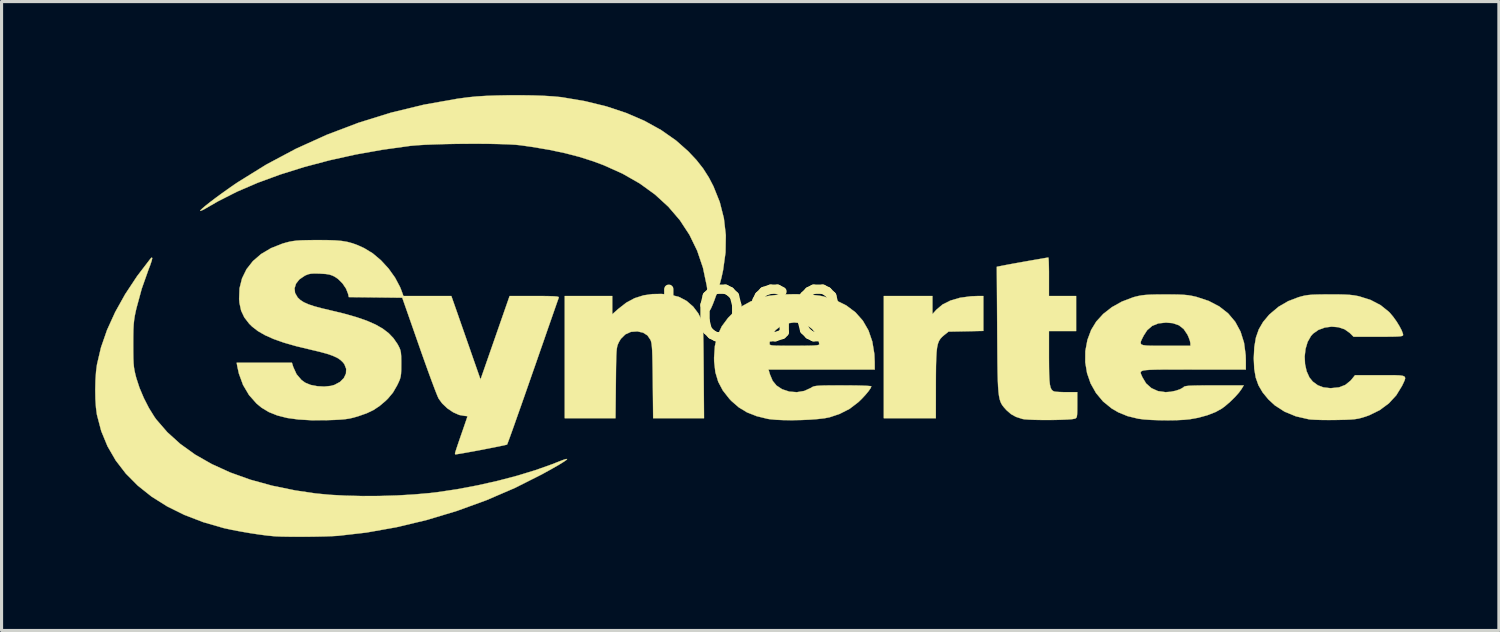
<source format=kicad_pcb>
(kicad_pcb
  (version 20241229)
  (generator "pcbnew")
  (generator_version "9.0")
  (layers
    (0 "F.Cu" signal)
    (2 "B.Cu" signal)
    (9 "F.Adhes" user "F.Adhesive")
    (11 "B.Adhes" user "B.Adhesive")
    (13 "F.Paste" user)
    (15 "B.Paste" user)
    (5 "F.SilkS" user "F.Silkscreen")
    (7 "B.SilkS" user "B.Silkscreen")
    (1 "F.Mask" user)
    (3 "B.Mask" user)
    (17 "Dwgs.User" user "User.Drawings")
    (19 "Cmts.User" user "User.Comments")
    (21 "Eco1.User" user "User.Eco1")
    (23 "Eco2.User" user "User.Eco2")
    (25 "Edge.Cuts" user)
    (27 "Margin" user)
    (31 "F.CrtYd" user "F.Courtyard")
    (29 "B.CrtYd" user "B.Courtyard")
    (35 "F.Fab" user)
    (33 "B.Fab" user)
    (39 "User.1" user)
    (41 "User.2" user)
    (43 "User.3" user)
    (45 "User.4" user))
  (footprint "LOGO"
    (layer "F.Cu")
    (at 21.013 7.06)
    (property "Reference" "LOGO" (at 0 0 0) (layer "F.SilkS") (effects (font (size 1.524 1.524) (thickness 0.3))))
    (attr through_hole)
    (fp_poly (pts (xy 5.842 -0.036) (xy 5.973 -0.181) (xy 6.168 -0.345) (xy 6.42 -0.471) (xy 6.726 -0.56) (xy 7.079 -0.608) (xy 7.321 -0.617) (xy 7.475 -0.617) (xy 7.475 0.503) (xy 6.916 0.515) (xy 6.356 0.526) (xy 6.217 0.638) (xy 6.149 0.697) (xy 6.094 0.758) (xy 6.05 0.83) (xy 6.016 0.92) (xy 5.991 1.037) (xy 5.974 1.188) (xy 5.963 1.381) (xy 5.956 1.625) (xy 5.953 1.928) (xy 5.952 2.204) (xy 5.951 3.302) (xy 4.282 3.302) (xy 4.282 -0.617) (xy 5.842 -0.617) (xy 5.842 -0.036)) (stroke (width 0.01) (type solid)) (fill yes) (layer "F.SilkS"))
    (fp_poly (pts (xy -2.561 -0.654) (xy -2.309 -0.594) (xy -2.269 -0.579) (xy -2.038 -0.455) (xy -1.832 -0.276) (xy -1.667 -0.058) (xy -1.593 0.092) (xy -1.572 0.147) (xy -1.554 0.199) (xy -1.54 0.257) (xy -1.528 0.327) (xy -1.52 0.417) (xy -1.513 0.535) (xy -1.508 0.688) (xy -1.504 0.883) (xy -1.501 1.128) (xy -1.498 1.431) (xy -1.495 1.799) (xy -1.495 1.805) (xy -1.484 3.302) (xy -3.115 3.302) (xy -3.127 2.114) (xy -3.131 1.779) (xy -3.136 1.509) (xy -3.141 1.295) (xy -3.147 1.13) (xy -3.156 1.006) (xy -3.166 0.915) (xy -3.18 0.849) (xy -3.196 0.8) (xy -3.2 0.792) (xy -3.297 0.648) (xy -3.437 0.559) (xy -3.622 0.518) (xy -3.828 0.533) (xy -4.007 0.614) (xy -4.15 0.755) (xy -4.209 0.853) (xy -4.234 0.905) (xy -4.255 0.955) (xy -4.27 1.011) (xy -4.282 1.082) (xy -4.291 1.176) (xy -4.298 1.304) (xy -4.302 1.472) (xy -4.306 1.69) (xy -4.309 1.967) (xy -4.311 2.168) (xy -4.323 3.302) (xy -5.951 3.302) (xy -5.951 -0.617) (xy -4.427 -0.617) (xy -4.427 -0.03) (xy -4.237 -0.2) (xy -3.977 -0.403) (xy -3.712 -0.546) (xy -3.422 -0.638) (xy -3.415 -0.639) (xy -3.141 -0.678) (xy -2.847 -0.683) (xy -2.561 -0.654)) (stroke (width 0.01) (type solid)) (fill yes) (layer "F.SilkS"))
    (fp_poly (pts (xy 9.566 -1.816) (xy 9.572 -1.721) (xy 9.576 -1.577) (xy 9.579 -1.396) (xy 9.579 -1.234) (xy 9.579 -0.617) (xy 10.45 -0.617) (xy 10.45 0.508) (xy 9.579 0.508) (xy 9.579 1.363) (xy 9.581 1.666) (xy 9.585 1.905) (xy 9.594 2.088) (xy 9.609 2.223) (xy 9.63 2.318) (xy 9.66 2.381) (xy 9.7 2.422) (xy 9.744 2.445) (xy 9.805 2.455) (xy 9.919 2.462) (xy 10.066 2.467) (xy 10.145 2.467) (xy 10.487 2.467) (xy 10.487 2.88) (xy 10.486 3.059) (xy 10.482 3.178) (xy 10.473 3.251) (xy 10.455 3.291) (xy 10.428 3.31) (xy 10.405 3.318) (xy 10.32 3.333) (xy 10.177 3.344) (xy 9.991 3.352) (xy 9.776 3.358) (xy 9.548 3.36) (xy 9.321 3.359) (xy 9.109 3.355) (xy 8.928 3.347) (xy 8.792 3.337) (xy 8.727 3.326) (xy 8.52 3.259) (xy 8.36 3.17) (xy 8.218 3.046) (xy 8.191 3.016) (xy 8.138 2.957) (xy 8.093 2.901) (xy 8.055 2.842) (xy 8.024 2.774) (xy 7.998 2.692) (xy 7.977 2.588) (xy 7.961 2.458) (xy 7.948 2.294) (xy 7.939 2.093) (xy 7.932 1.846) (xy 7.927 1.549) (xy 7.924 1.195) (xy 7.921 0.778) (xy 7.919 0.466) (xy 7.906 -1.554) (xy 8.099 -1.592) (xy 8.197 -1.611) (xy 8.341 -1.638) (xy 8.518 -1.67) (xy 8.714 -1.705) (xy 8.916 -1.741) (xy 9.111 -1.775) (xy 9.286 -1.805) (xy 9.428 -1.83) (xy 9.524 -1.846) (xy 9.559 -1.851) (xy 9.566 -1.816)) (stroke (width 0.01) (type solid)) (fill yes) (layer "F.SilkS"))
    (fp_poly (pts (xy -6.98 -7.05) (xy -6.632 -7.038) (xy -6.323 -7.019) (xy -6.069 -6.995) (xy -6.042 -6.991) (xy -5.308 -6.867) (xy -4.619 -6.699) (xy -3.98 -6.487) (xy -3.391 -6.233) (xy -2.857 -5.937) (xy -2.379 -5.602) (xy -1.994 -5.261) (xy -1.729 -4.98) (xy -1.513 -4.706) (xy -1.328 -4.416) (xy -1.182 -4.135) (xy -0.979 -3.629) (xy -0.847 -3.108) (xy -0.785 -2.57) (xy -0.794 -2.015) (xy -0.873 -1.443) (xy -0.924 -1.209) (xy -0.97 -1.036) (xy -1.026 -0.848) (xy -1.088 -0.66) (xy -1.151 -0.484) (xy -1.21 -0.332) (xy -1.261 -0.218) (xy -1.298 -0.154) (xy -1.311 -0.145) (xy -1.327 -0.178) (xy -1.339 -0.264) (xy -1.343 -0.372) (xy -1.349 -0.514) (xy -1.364 -0.696) (xy -1.387 -0.884) (xy -1.395 -0.943) (xy -1.518 -1.525) (xy -1.703 -2.07) (xy -1.95 -2.578) (xy -2.258 -3.048) (xy -2.628 -3.48) (xy -3.058 -3.873) (xy -3.547 -4.227) (xy -4.097 -4.541) (xy -4.705 -4.814) (xy -5.044 -4.94) (xy -5.477 -5.078) (xy -5.938 -5.198) (xy -6.44 -5.304) (xy -6.993 -5.398) (xy -7.366 -5.451) (xy -7.537 -5.468) (xy -7.769 -5.481) (xy -8.051 -5.49) (xy -8.37 -5.497) (xy -8.716 -5.5) (xy -9.076 -5.499) (xy -9.439 -5.496) (xy -9.793 -5.489) (xy -10.128 -5.479) (xy -10.431 -5.467) (xy -10.69 -5.451) (xy -10.895 -5.433) (xy -10.904 -5.432) (xy -11.79 -5.309) (xy -12.656 -5.155) (xy -13.496 -4.969) (xy -14.304 -4.755) (xy -15.071 -4.515) (xy -15.792 -4.251) (xy -16.46 -3.964) (xy -17.068 -3.656) (xy -17.375 -3.479) (xy -17.491 -3.412) (xy -17.585 -3.364) (xy -17.637 -3.346) (xy -17.641 -3.346) (xy -17.629 -3.372) (xy -17.566 -3.432) (xy -17.46 -3.521) (xy -17.318 -3.633) (xy -17.149 -3.761) (xy -16.961 -3.899) (xy -16.762 -4.041) (xy -16.561 -4.182) (xy -16.43 -4.27) (xy -15.523 -4.832) (xy -14.573 -5.338) (xy -13.587 -5.785) (xy -12.57 -6.171) (xy -11.528 -6.495) (xy -10.465 -6.753) (xy -9.389 -6.944) (xy -9.035 -6.991) (xy -8.774 -7.017) (xy -8.46 -7.036) (xy -8.108 -7.048) (xy -7.734 -7.055) (xy -7.353 -7.055) (xy -6.98 -7.05)) (stroke (width 0.01) (type solid)) (fill yes) (layer "F.SilkS"))
    (fp_poly (pts (xy 18.833 -0.668) (xy 19.047 -0.663) (xy 19.218 -0.654) (xy 19.36 -0.638) (xy 19.487 -0.615) (xy 19.531 -0.605) (xy 19.897 -0.489) (xy 20.215 -0.323) (xy 20.48 -0.11) (xy 20.51 -0.08) (xy 20.617 0.047) (xy 20.724 0.195) (xy 20.818 0.348) (xy 20.891 0.487) (xy 20.932 0.597) (xy 20.937 0.634) (xy 20.929 0.652) (xy 20.899 0.666) (xy 20.839 0.676) (xy 20.74 0.683) (xy 20.594 0.687) (xy 20.392 0.689) (xy 20.142 0.689) (xy 19.348 0.689) (xy 19.224 0.566) (xy 19.06 0.45) (xy 18.861 0.384) (xy 18.643 0.366) (xy 18.425 0.395) (xy 18.221 0.47) (xy 18.05 0.59) (xy 17.982 0.666) (xy 17.874 0.857) (xy 17.807 1.083) (xy 17.78 1.325) (xy 17.792 1.569) (xy 17.843 1.798) (xy 17.932 1.995) (xy 18.04 2.128) (xy 18.201 2.246) (xy 18.377 2.313) (xy 18.591 2.338) (xy 18.633 2.338) (xy 18.88 2.313) (xy 19.083 2.235) (xy 19.25 2.1) (xy 19.293 2.05) (xy 19.395 1.923) (xy 20.202 1.923) (xy 20.476 1.923) (xy 20.684 1.924) (xy 20.834 1.93) (xy 20.933 1.945) (xy 20.987 1.972) (xy 21.004 2.015) (xy 20.99 2.076) (xy 20.953 2.16) (xy 20.901 2.268) (xy 20.718 2.567) (xy 20.478 2.827) (xy 20.186 3.043) (xy 19.848 3.209) (xy 19.724 3.253) (xy 19.61 3.288) (xy 19.507 3.314) (xy 19.398 3.332) (xy 19.268 3.344) (xy 19.103 3.352) (xy 18.887 3.357) (xy 18.778 3.359) (xy 18.549 3.361) (xy 18.33 3.359) (xy 18.136 3.353) (xy 17.984 3.345) (xy 17.91 3.336) (xy 17.5 3.242) (xy 17.139 3.094) (xy 16.826 2.893) (xy 16.616 2.699) (xy 16.433 2.476) (xy 16.299 2.248) (xy 16.211 2) (xy 16.163 1.718) (xy 16.148 1.384) (xy 16.148 1.38) (xy 16.165 1.022) (xy 16.217 0.716) (xy 16.309 0.452) (xy 16.447 0.215) (xy 16.633 -0.007) (xy 16.659 -0.033) (xy 16.941 -0.271) (xy 17.252 -0.452) (xy 17.575 -0.575) (xy 17.686 -0.607) (xy 17.788 -0.631) (xy 17.894 -0.647) (xy 18.02 -0.658) (xy 18.18 -0.664) (xy 18.388 -0.667) (xy 18.56 -0.668) (xy 18.833 -0.668)) (stroke (width 0.01) (type solid)) (fill yes) (layer "F.SilkS"))
    (fp_poly (pts (xy -19.18 -1.832) (xy -19.198 -1.748) (xy -19.248 -1.6) (xy -19.3 -1.466) (xy -19.517 -0.852) (xy -19.688 -0.224) (xy -19.71 -0.127) (xy -19.74 0.017) (xy -19.761 0.153) (xy -19.776 0.298) (xy -19.785 0.466) (xy -19.789 0.675) (xy -19.79 0.94) (xy -19.79 0.943) (xy -19.789 1.195) (xy -19.786 1.389) (xy -19.779 1.541) (xy -19.767 1.667) (xy -19.748 1.781) (xy -19.722 1.898) (xy -19.692 2.014) (xy -19.59 2.326) (xy -19.451 2.655) (xy -19.288 2.974) (xy -19.113 3.256) (xy -19.051 3.343) (xy -18.697 3.752) (xy -18.281 4.128) (xy -17.805 4.47) (xy -17.269 4.775) (xy -16.678 5.044) (xy -16.033 5.275) (xy -15.335 5.467) (xy -14.587 5.62) (xy -13.934 5.716) (xy -13.486 5.759) (xy -12.984 5.786) (xy -12.446 5.799) (xy -11.888 5.797) (xy -11.329 5.78) (xy -10.784 5.748) (xy -10.272 5.703) (xy -10.051 5.677) (xy -9.405 5.581) (xy -8.749 5.457) (xy -8.098 5.311) (xy -7.47 5.146) (xy -6.878 4.965) (xy -6.339 4.773) (xy -6.197 4.716) (xy -6.025 4.649) (xy -5.918 4.614) (xy -5.874 4.611) (xy -5.895 4.639) (xy -5.979 4.698) (xy -6.126 4.789) (xy -6.336 4.91) (xy -6.609 5.061) (xy -6.681 5.101) (xy -7.553 5.54) (xy -8.466 5.933) (xy -9.411 6.276) (xy -10.374 6.566) (xy -11.345 6.798) (xy -12.312 6.97) (xy -13.219 7.074) (xy -13.404 7.085) (xy -13.642 7.094) (xy -13.915 7.1) (xy -14.208 7.104) (xy -14.502 7.105) (xy -14.78 7.103) (xy -15.027 7.099) (xy -15.223 7.091) (xy -15.276 7.087) (xy -15.493 7.066) (xy -15.758 7.031) (xy -16.049 6.987) (xy -16.344 6.936) (xy -16.62 6.884) (xy -16.856 6.833) (xy -16.891 6.825) (xy -17.545 6.636) (xy -18.149 6.404) (xy -18.701 6.131) (xy -19.199 5.818) (xy -19.641 5.467) (xy -20.026 5.08) (xy -20.351 4.658) (xy -20.615 4.202) (xy -20.816 3.715) (xy -20.952 3.199) (xy -20.955 3.184) (xy -20.985 2.96) (xy -21.003 2.687) (xy -21.008 2.389) (xy -21.001 2.088) (xy -20.982 1.806) (xy -20.952 1.578) (xy -20.824 1.033) (xy -20.629 0.471) (xy -20.369 -0.1) (xy -20.048 -0.675) (xy -19.668 -1.25) (xy -19.241 -1.809) (xy -19.195 -1.852) (xy -19.18 -1.832)) (stroke (width 0.01) (type solid)) (fill yes) (layer "F.SilkS"))
    (fp_poly (pts (xy 1.716 -0.67) (xy 1.989 -0.654) (xy 2.225 -0.626) (xy 2.34 -0.605) (xy 2.738 -0.483) (xy 3.083 -0.311) (xy 3.374 -0.092) (xy 3.61 0.175) (xy 3.79 0.487) (xy 3.913 0.844) (xy 3.979 1.244) (xy 3.99 1.497) (xy 3.991 1.742) (xy 0.584 1.742) (xy 0.632 1.902) (xy 0.717 2.104) (xy 0.84 2.254) (xy 1.016 2.37) (xy 1.023 2.374) (xy 1.252 2.45) (xy 1.494 2.468) (xy 1.732 2.428) (xy 1.944 2.331) (xy 1.965 2.317) (xy 2.001 2.296) (xy 2.046 2.28) (xy 2.11 2.268) (xy 2.203 2.26) (xy 2.333 2.254) (xy 2.51 2.251) (xy 2.743 2.25) (xy 2.972 2.25) (xy 3.22 2.251) (xy 3.443 2.254) (xy 3.63 2.259) (xy 3.772 2.266) (xy 3.859 2.274) (xy 3.883 2.281) (xy 3.858 2.341) (xy 3.791 2.437) (xy 3.693 2.555) (xy 3.576 2.681) (xy 3.466 2.787) (xy 3.185 3.002) (xy 2.863 3.166) (xy 2.545 3.272) (xy 2.383 3.304) (xy 2.166 3.329) (xy 1.91 3.349) (xy 1.631 3.361) (xy 1.347 3.366) (xy 1.074 3.364) (xy 0.828 3.353) (xy 0.627 3.334) (xy 0.557 3.323) (xy 0.199 3.235) (xy -0.105 3.115) (xy -0.369 2.955) (xy -0.606 2.749) (xy -0.671 2.68) (xy -0.881 2.412) (xy -1.029 2.132) (xy -1.12 1.827) (xy -1.159 1.482) (xy -1.161 1.361) (xy -1.135 0.986) (xy -1.115 0.906) (xy 0.617 0.906) (xy 0.619 0.93) (xy 0.633 0.948) (xy 0.666 0.961) (xy 0.727 0.97) (xy 0.827 0.976) (xy 0.973 0.978) (xy 1.174 0.98) (xy 1.415 0.98) (xy 1.683 0.979) (xy 1.885 0.976) (xy 2.032 0.972) (xy 2.129 0.964) (xy 2.186 0.953) (xy 2.211 0.938) (xy 2.213 0.93) (xy 2.192 0.817) (xy 2.137 0.677) (xy 2.061 0.541) (xy 1.986 0.443) (xy 1.82 0.322) (xy 1.621 0.251) (xy 1.403 0.232) (xy 1.186 0.262) (xy 0.984 0.342) (xy 0.815 0.472) (xy 0.809 0.478) (xy 0.732 0.586) (xy 0.665 0.72) (xy 0.624 0.849) (xy 0.617 0.906) (xy -1.115 0.906) (xy -1.054 0.655) (xy -0.915 0.358) (xy -0.714 0.087) (xy -0.584 -0.046) (xy -0.307 -0.267) (xy 0.009 -0.441) (xy 0.376 -0.575) (xy 0.423 -0.588) (xy 0.611 -0.625) (xy 0.852 -0.653) (xy 1.129 -0.669) (xy 1.423 -0.675) (xy 1.716 -0.67)) (stroke (width 0.01) (type solid)) (fill yes) (layer "F.SilkS"))
    (fp_poly (pts (xy 13.556 -0.666) (xy 13.756 -0.662) (xy 13.914 -0.654) (xy 14.047 -0.641) (xy 14.168 -0.62) (xy 14.294 -0.592) (xy 14.31 -0.588) (xy 14.703 -0.458) (xy 15.042 -0.281) (xy 15.326 -0.058) (xy 15.553 0.211) (xy 15.723 0.525) (xy 15.835 0.882) (xy 15.888 1.281) (xy 15.893 1.442) (xy 15.893 1.742) (xy 14.206 1.742) (xy 13.805 1.741) (xy 13.47 1.741) (xy 13.197 1.742) (xy 12.98 1.745) (xy 12.812 1.751) (xy 12.688 1.76) (xy 12.603 1.773) (xy 12.55 1.792) (xy 12.524 1.817) (xy 12.52 1.849) (xy 12.531 1.889) (xy 12.553 1.937) (xy 12.575 1.988) (xy 12.695 2.188) (xy 12.865 2.338) (xy 13.075 2.433) (xy 13.317 2.467) (xy 13.319 2.467) (xy 13.481 2.455) (xy 13.643 2.422) (xy 13.784 2.374) (xy 13.882 2.319) (xy 13.9 2.301) (xy 13.925 2.285) (xy 13.975 2.273) (xy 14.059 2.263) (xy 14.184 2.257) (xy 14.357 2.253) (xy 14.588 2.25) (xy 14.883 2.25) (xy 15.825 2.25) (xy 15.759 2.361) (xy 15.672 2.481) (xy 15.544 2.624) (xy 15.393 2.772) (xy 15.237 2.907) (xy 15.12 2.995) (xy 14.914 3.108) (xy 14.655 3.208) (xy 14.364 3.288) (xy 14.102 3.335) (xy 13.908 3.354) (xy 13.667 3.366) (xy 13.399 3.37) (xy 13.123 3.367) (xy 12.86 3.358) (xy 12.628 3.342) (xy 12.448 3.319) (xy 12.441 3.318) (xy 12.1 3.235) (xy 11.803 3.114) (xy 11.589 2.989) (xy 11.313 2.764) (xy 11.088 2.494) (xy 10.916 2.189) (xy 10.801 1.857) (xy 10.743 1.508) (xy 10.746 1.15) (xy 10.794 0.892) (xy 12.518 0.892) (xy 12.538 0.933) (xy 12.596 0.958) (xy 12.7 0.972) (xy 12.856 0.979) (xy 13.072 0.98) (xy 13.317 0.98) (xy 14.115 0.98) (xy 14.115 0.896) (xy 14.099 0.818) (xy 14.058 0.706) (xy 14.021 0.623) (xy 13.901 0.444) (xy 13.746 0.322) (xy 13.549 0.254) (xy 13.332 0.236) (xy 13.087 0.262) (xy 12.887 0.343) (xy 12.728 0.481) (xy 12.618 0.651) (xy 12.565 0.755) (xy 12.529 0.834) (xy 12.518 0.892) (xy 10.794 0.892) (xy 10.812 0.794) (xy 10.932 0.472) (xy 11.096 0.203) (xy 11.321 -0.043) (xy 11.598 -0.259) (xy 11.917 -0.437) (xy 12.269 -0.571) (xy 12.326 -0.588) (xy 12.44 -0.616) (xy 12.551 -0.637) (xy 12.676 -0.651) (xy 12.827 -0.66) (xy 13.021 -0.665) (xy 13.271 -0.667) (xy 13.299 -0.667) (xy 13.556 -0.666)) (stroke (width 0.01) (type solid)) (fill yes) (layer "F.SilkS"))
    (fp_poly (pts (xy -13.566 -2.409) (xy -13.311 -2.4) (xy -13.1 -2.382) (xy -12.918 -2.351) (xy -12.75 -2.305) (xy -12.583 -2.243) (xy -12.401 -2.16) (xy -12.382 -2.151) (xy -12.109 -1.985) (xy -11.845 -1.762) (xy -11.601 -1.497) (xy -11.393 -1.206) (xy -11.233 -0.904) (xy -11.189 -0.794) (xy -11.125 -0.617) (xy -9.588 -0.617) (xy -9.419 -0.136) (xy -9.357 0.041) (xy -9.278 0.269) (xy -9.186 0.531) (xy -9.089 0.809) (xy -8.992 1.086) (xy -8.952 1.203) (xy -8.652 2.061) (xy -7.719 -0.617) (xy -6.922 -0.617) (xy -6.651 -0.616) (xy -6.446 -0.613) (xy -6.299 -0.608) (xy -6.204 -0.6) (xy -6.154 -0.588) (xy -6.14 -0.573) (xy -6.141 -0.572) (xy -6.155 -0.53) (xy -6.192 -0.426) (xy -6.248 -0.265) (xy -6.322 -0.053) (xy -6.412 0.205) (xy -6.516 0.503) (xy -6.631 0.836) (xy -6.757 1.196) (xy -6.89 1.58) (xy -6.966 1.796) (xy -7.103 2.189) (xy -7.233 2.562) (xy -7.355 2.909) (xy -7.467 3.225) (xy -7.565 3.504) (xy -7.649 3.74) (xy -7.717 3.927) (xy -7.766 4.06) (xy -7.794 4.134) (xy -7.8 4.147) (xy -7.838 4.158) (xy -7.936 4.18) (xy -8.081 4.21) (xy -8.26 4.246) (xy -8.461 4.285) (xy -8.672 4.326) (xy -8.881 4.365) (xy -9.075 4.4) (xy -9.243 4.43) (xy -9.371 4.451) (xy -9.448 4.462) (xy -9.46 4.463) (xy -9.47 4.436) (xy -9.471 4.431) (xy -9.459 4.388) (xy -9.427 4.288) (xy -9.379 4.144) (xy -9.319 3.968) (xy -9.271 3.83) (xy -9.205 3.64) (xy -9.148 3.474) (xy -9.104 3.346) (xy -9.078 3.266) (xy -9.071 3.245) (xy -9.102 3.233) (xy -9.156 3.229) (xy -9.335 3.198) (xy -9.528 3.113) (xy -9.716 2.986) (xy -9.882 2.828) (xy -9.996 2.672) (xy -10.026 2.606) (xy -10.077 2.48) (xy -10.146 2.301) (xy -10.23 2.076) (xy -10.326 1.814) (xy -10.431 1.522) (xy -10.543 1.208) (xy -10.623 0.979) (xy -11.162 -0.562) (xy -12.019 -0.572) (xy -12.876 -0.582) (xy -12.899 -0.686) (xy -12.965 -0.854) (xy -13.079 -1.022) (xy -13.222 -1.164) (xy -13.303 -1.22) (xy -13.401 -1.272) (xy -13.497 -1.304) (xy -13.614 -1.323) (xy -13.777 -1.333) (xy -13.805 -1.335) (xy -13.972 -1.339) (xy -14.089 -1.333) (xy -14.179 -1.314) (xy -14.265 -1.279) (xy -14.296 -1.263) (xy -14.462 -1.149) (xy -14.569 -1.013) (xy -14.616 -0.864) (xy -14.6 -0.713) (xy -14.516 -0.569) (xy -14.515 -0.568) (xy -14.43 -0.488) (xy -14.322 -0.418) (xy -14.18 -0.353) (xy -13.993 -0.29) (xy -13.754 -0.225) (xy -13.487 -0.162) (xy -13.027 -0.051) (xy -12.633 0.061) (xy -12.3 0.176) (xy -12.021 0.298) (xy -11.789 0.43) (xy -11.6 0.574) (xy -11.446 0.735) (xy -11.321 0.915) (xy -11.301 0.949) (xy -11.255 1.038) (xy -11.224 1.115) (xy -11.206 1.199) (xy -11.197 1.31) (xy -11.194 1.466) (xy -11.194 1.562) (xy -11.195 1.744) (xy -11.201 1.875) (xy -11.215 1.974) (xy -11.241 2.064) (xy -11.285 2.164) (xy -11.33 2.256) (xy -11.46 2.48) (xy -11.621 2.673) (xy -11.694 2.744) (xy -11.889 2.91) (xy -12.083 3.039) (xy -12.3 3.143) (xy -12.562 3.235) (xy -12.61 3.25) (xy -12.741 3.287) (xy -12.861 3.314) (xy -12.988 3.333) (xy -13.138 3.347) (xy -13.326 3.357) (xy -13.57 3.365) (xy -13.584 3.366) (xy -14.067 3.368) (xy -14.488 3.344) (xy -14.853 3.294) (xy -15.169 3.214) (xy -15.441 3.105) (xy -15.675 2.964) (xy -15.831 2.836) (xy -16.077 2.559) (xy -16.268 2.236) (xy -16.401 1.872) (xy -16.452 1.642) (xy -16.472 1.524) (xy -14.701 1.524) (xy -14.658 1.66) (xy -14.552 1.892) (xy -14.395 2.076) (xy -14.274 2.164) (xy -14.1 2.235) (xy -13.887 2.276) (xy -13.661 2.288) (xy -13.451 2.266) (xy -13.336 2.234) (xy -13.159 2.139) (xy -13.035 2.014) (xy -12.967 1.871) (xy -12.96 1.719) (xy -13.018 1.571) (xy -13.063 1.512) (xy -13.146 1.433) (xy -13.252 1.363) (xy -13.392 1.299) (xy -13.575 1.236) (xy -13.811 1.172) (xy -14.108 1.102) (xy -14.109 1.101) (xy -14.567 0.991) (xy -14.958 0.879) (xy -15.289 0.762) (xy -15.565 0.639) (xy -15.793 0.507) (xy -15.98 0.362) (xy -16.071 0.272) (xy -16.227 0.07) (xy -16.329 -0.145) (xy -16.383 -0.394) (xy -16.394 -0.519) (xy -16.381 -0.863) (xy -16.3 -1.183) (xy -16.157 -1.475) (xy -15.952 -1.736) (xy -15.69 -1.962) (xy -15.374 -2.15) (xy -15.006 -2.296) (xy -14.895 -2.328) (xy -14.783 -2.357) (xy -14.673 -2.377) (xy -14.553 -2.392) (xy -14.406 -2.402) (xy -14.221 -2.407) (xy -13.982 -2.41) (xy -13.879 -2.41) (xy -13.566 -2.409)) (stroke (width 0.01) (type solid)) (fill yes) (layer "F.SilkS")))
  (gr_rect
    (start -3 -3)
    (end 45.022 17.171)
    (stroke (width 0.1) (type default))
    (fill no)
    (layer "Edge.Cuts")))
</source>
